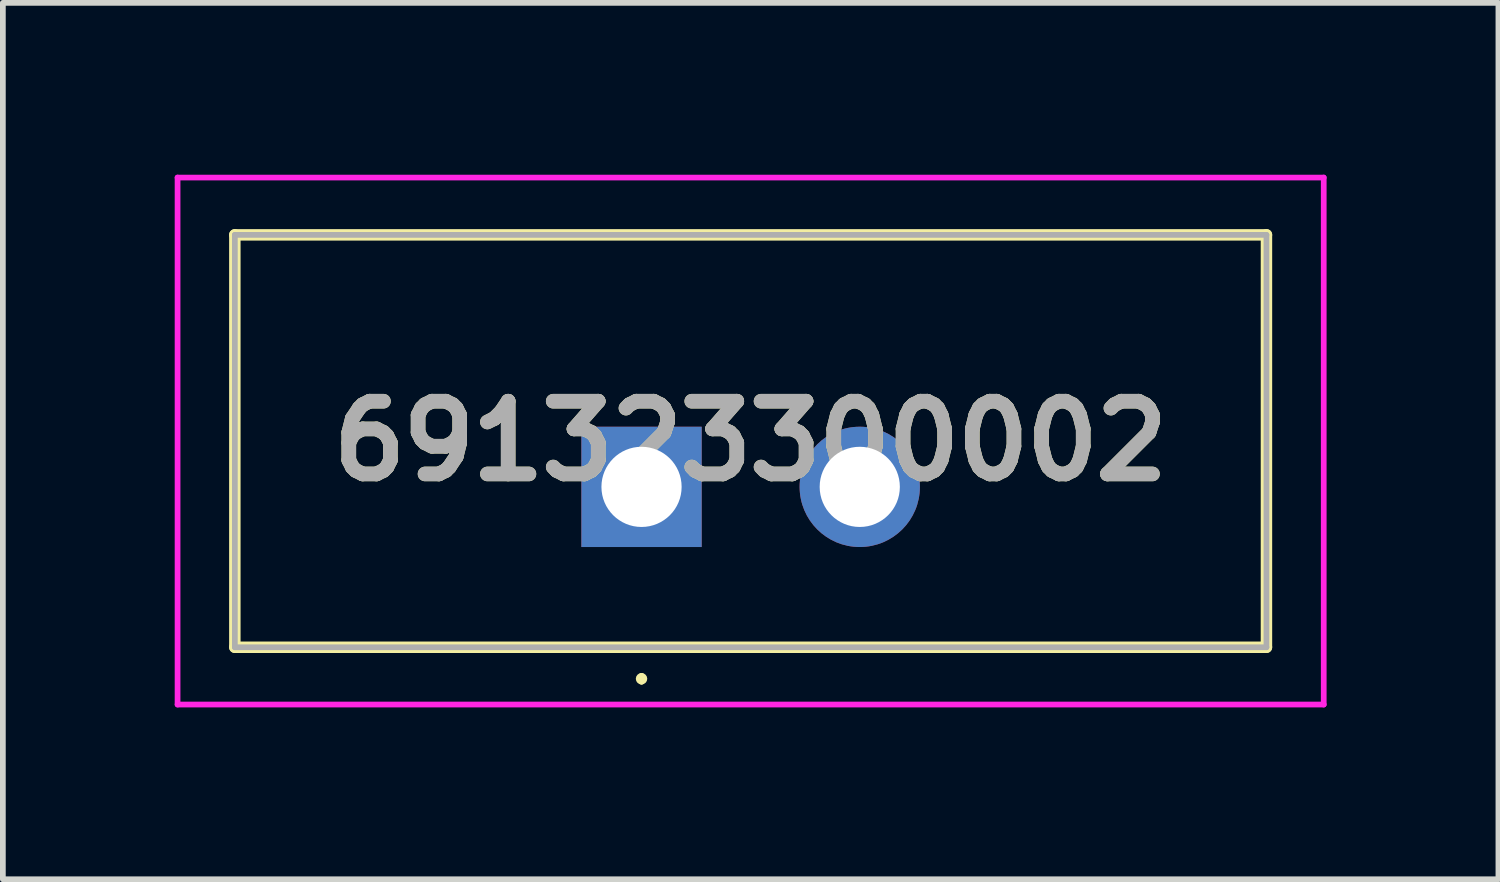
<source format=kicad_pcb>
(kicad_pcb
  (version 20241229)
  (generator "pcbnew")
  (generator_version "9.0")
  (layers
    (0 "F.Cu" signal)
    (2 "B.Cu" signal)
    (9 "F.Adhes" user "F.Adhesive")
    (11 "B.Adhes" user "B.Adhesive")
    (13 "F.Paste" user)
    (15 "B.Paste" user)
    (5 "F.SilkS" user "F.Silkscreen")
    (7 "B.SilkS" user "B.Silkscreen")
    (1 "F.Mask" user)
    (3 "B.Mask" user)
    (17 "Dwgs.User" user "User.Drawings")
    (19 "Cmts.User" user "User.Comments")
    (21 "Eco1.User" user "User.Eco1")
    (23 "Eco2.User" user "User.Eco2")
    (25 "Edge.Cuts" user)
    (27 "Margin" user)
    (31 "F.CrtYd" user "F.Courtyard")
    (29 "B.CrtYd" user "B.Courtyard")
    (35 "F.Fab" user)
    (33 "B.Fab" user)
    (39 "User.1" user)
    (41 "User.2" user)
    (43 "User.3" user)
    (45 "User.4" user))
  (footprint "691323300002"
    (layer "F.Cu")
    (at 8.15 5.45)
    (property "Reference" "691323300002" (at 1.905 -0.8 0) (layer "F.SilkS") (effects (font (size 1.27 1.27) (thickness 0.254))))
    (attr through_hole)
    (fp_line (start -7.1 -4.4) (end 10.91 -4.4) (stroke (width 0.2) (type solid)) (layer "F.SilkS"))
    (fp_line (start -7.1 2.8) (end -7.1 -4.4) (stroke (width 0.2) (type solid)) (layer "F.SilkS"))
    (fp_line (start 0 3.3) (end 0 3.3) (stroke (width 0.1) (type solid)) (layer "F.SilkS"))
    (fp_line (start 0 3.4) (end 0 3.4) (stroke (width 0.1) (type solid)) (layer "F.SilkS"))
    (fp_line (start 10.91 -4.4) (end 10.91 2.8) (stroke (width 0.2) (type solid)) (layer "F.SilkS"))
    (fp_line (start 10.91 2.8) (end -7.1 2.8) (stroke (width 0.2) (type solid)) (layer "F.SilkS"))
    (fp_arc (start 0 3.3) (mid 0.05 3.35) (end 0 3.4) (stroke (width 0.1) (type solid)) (layer "F.SilkS"))
    (fp_arc (start 0 3.4) (mid -0.05 3.35) (end 0 3.3) (stroke (width 0.1) (type solid)) (layer "F.SilkS"))
    (fp_line (start -8.1 -5.4) (end 11.91 -5.4) (stroke (width 0.1) (type solid)) (layer "F.CrtYd"))
    (fp_line (start -8.1 3.8) (end -8.1 -5.4) (stroke (width 0.1) (type solid)) (layer "F.CrtYd"))
    (fp_line (start 11.91 -5.4) (end 11.91 3.8) (stroke (width 0.1) (type solid)) (layer "F.CrtYd"))
    (fp_line (start 11.91 3.8) (end -8.1 3.8) (stroke (width 0.1) (type solid)) (layer "F.CrtYd"))
    (fp_line (start -7.1 -4.4) (end -7.1 2.8) (stroke (width 0.1) (type solid)) (layer "F.Fab"))
    (fp_line (start -7.1 2.8) (end 10.91 2.8) (stroke (width 0.1) (type solid)) (layer "F.Fab"))
    (fp_line (start 10.91 -4.4) (end -7.1 -4.4) (stroke (width 0.1) (type solid)) (layer "F.Fab"))
    (fp_line (start 10.91 2.8) (end 10.91 -4.4) (stroke (width 0.1) (type solid)) (layer "F.Fab"))
    (fp_text user "${REFERENCE}" (at 1.905 -0.8 0) (layer "F.Fab") (effects (font (size 1.27 1.27) (thickness 0.254))))
    (pad "1" thru_hole rect (at 0 0) (size 2.1 2.1) (drill 1.4) (layers "*.Cu" "*.Mask"))
    (pad "2" thru_hole circle (at 3.81 0) (size 2.1 2.1) (drill 1.4) (layers "*.Cu" "*.Mask")))
  (gr_rect
    (start -3 -3)
    (end 23.11 12.3)
    (stroke (width 0.1) (type default))
    (fill no)
    (layer "Edge.Cuts")))
</source>
